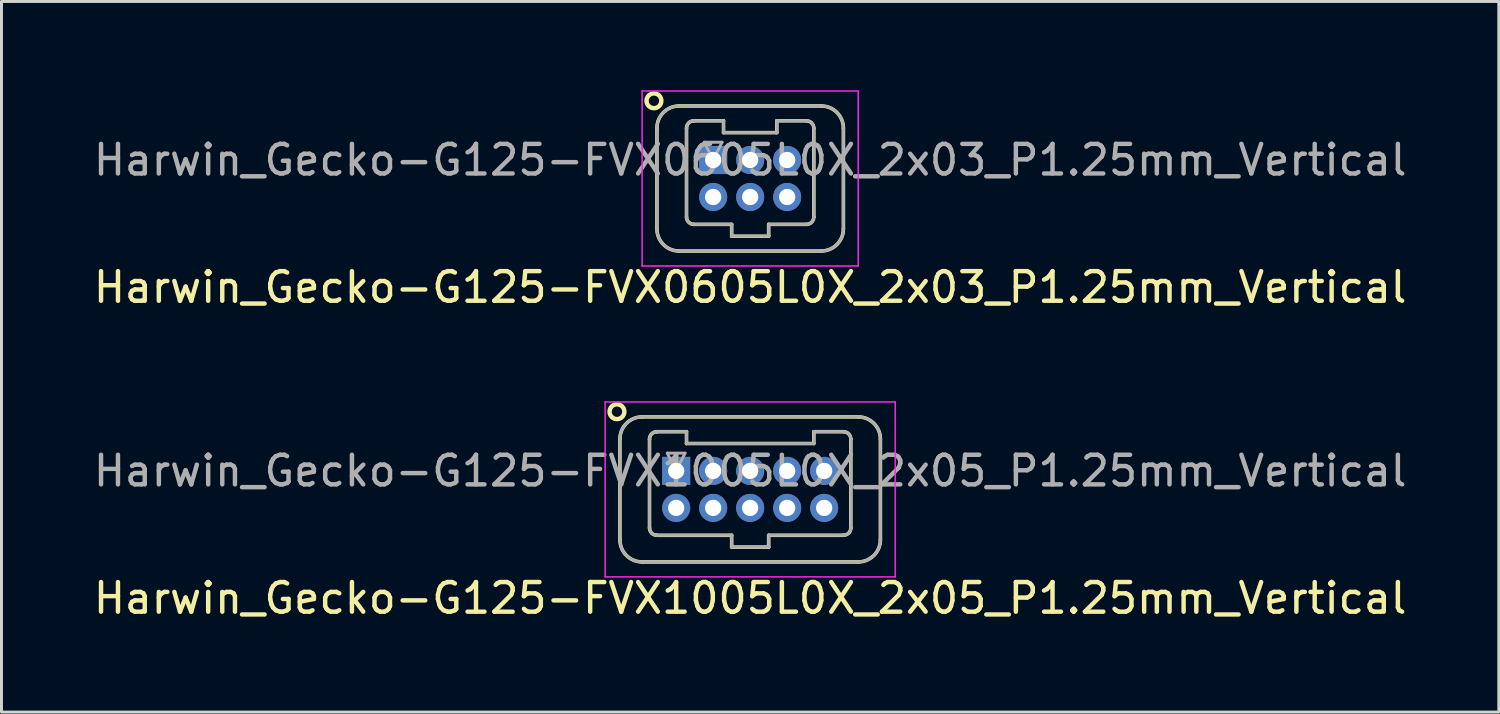
<source format=kicad_pcb>
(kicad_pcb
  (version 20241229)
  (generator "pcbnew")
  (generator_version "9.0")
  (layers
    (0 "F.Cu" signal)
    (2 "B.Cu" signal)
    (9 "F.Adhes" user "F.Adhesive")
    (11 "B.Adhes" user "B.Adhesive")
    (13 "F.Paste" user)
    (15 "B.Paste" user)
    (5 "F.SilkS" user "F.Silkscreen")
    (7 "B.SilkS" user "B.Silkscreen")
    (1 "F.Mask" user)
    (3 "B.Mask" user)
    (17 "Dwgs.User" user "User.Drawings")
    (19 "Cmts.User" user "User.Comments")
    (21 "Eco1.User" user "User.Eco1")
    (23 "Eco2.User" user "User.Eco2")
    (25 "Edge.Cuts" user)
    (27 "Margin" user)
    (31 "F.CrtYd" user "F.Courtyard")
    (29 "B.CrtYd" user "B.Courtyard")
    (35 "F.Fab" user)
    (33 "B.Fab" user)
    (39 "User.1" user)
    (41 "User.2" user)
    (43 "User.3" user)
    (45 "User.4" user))
  (footprint "Harwin_Gecko-G125-FVX1005L0X_2x05_P1.25mm_Vertical"
    (layer "F.Cu")
    (at 19.792 12.858)
    (property "Reference" "Harwin_Gecko-G125-FVX1005L0X_2x05_P1.25mm_Vertical" (at 2.5 4.3 0) (layer "F.SilkS") (effects (font (size 1 1) (thickness 0.15))))
    (attr through_hole)
    (fp_line (start -1.9 -1.075) (end -1.9 2.325) (stroke (width 0.12) (type solid)) (layer "F.SilkS"))
    (fp_line (start -1.15 -1.825) (end 6.15 -1.825) (stroke (width 0.12) (type solid)) (layer "F.SilkS"))
    (fp_line (start -1.15 3.075) (end 6.15 3.075) (stroke (width 0.12) (type solid)) (layer "F.SilkS"))
    (fp_line (start -0.9 -1.075) (end -0.9 1.925) (stroke (width 0.12) (type solid)) (layer "F.SilkS"))
    (fp_line (start -0.65 -1.325) (end 0.35 -1.325) (stroke (width 0.12) (type solid)) (layer "F.SilkS"))
    (fp_line (start -0.65 2.175) (end 1.875 2.175) (stroke (width 0.12) (type solid)) (layer "F.SilkS"))
    (fp_line (start 0.35 -1.325) (end 0.35 -0.925) (stroke (width 0.12) (type solid)) (layer "F.SilkS"))
    (fp_line (start 0.35 -0.925) (end 4.65 -0.925) (stroke (width 0.12) (type solid)) (layer "F.SilkS"))
    (fp_line (start 1.875 2.175) (end 1.875 2.575) (stroke (width 0.12) (type solid)) (layer "F.SilkS"))
    (fp_line (start 1.875 2.575) (end 3.125 2.575) (stroke (width 0.12) (type solid)) (layer "F.SilkS"))
    (fp_line (start 3.125 2.175) (end 5.65 2.175) (stroke (width 0.12) (type solid)) (layer "F.SilkS"))
    (fp_line (start 3.125 2.575) (end 3.125 2.175) (stroke (width 0.12) (type solid)) (layer "F.SilkS"))
    (fp_line (start 4.65 -1.325) (end 5.65 -1.325) (stroke (width 0.12) (type solid)) (layer "F.SilkS"))
    (fp_line (start 4.65 -0.925) (end 4.65 -1.325) (stroke (width 0.12) (type solid)) (layer "F.SilkS"))
    (fp_line (start 5.9 -1.075) (end 5.9 1.925) (stroke (width 0.12) (type solid)) (layer "F.SilkS"))
    (fp_line (start 6.9 -1.075) (end 6.9 2.325) (stroke (width 0.12) (type solid)) (layer "F.SilkS"))
    (fp_arc (start -1.9 -1.075) (mid -1.68033 -1.60533) (end -1.15 -1.825) (stroke (width 0.12) (type solid)) (layer "F.SilkS"))
    (fp_arc (start -1.15 3.075) (mid -1.68033 2.85533) (end -1.9 2.325) (stroke (width 0.12) (type solid)) (layer "F.SilkS"))
    (fp_arc (start -0.9 -1.075) (mid -0.826777 -1.251777) (end -0.65 -1.325) (stroke (width 0.12) (type solid)) (layer "F.SilkS"))
    (fp_arc (start -0.65 2.175) (mid -0.826777 2.101777) (end -0.9 1.925) (stroke (width 0.12) (type solid)) (layer "F.SilkS"))
    (fp_arc (start 5.65 -1.325) (mid 5.826777 -1.251777) (end 5.9 -1.075) (stroke (width 0.12) (type solid)) (layer "F.SilkS"))
    (fp_arc (start 5.9 1.925) (mid 5.826777 2.101777) (end 5.65 2.175) (stroke (width 0.12) (type solid)) (layer "F.SilkS"))
    (fp_arc (start 6.15 -1.825) (mid 6.68033 -1.60533) (end 6.9 -1.075) (stroke (width 0.12) (type solid)) (layer "F.SilkS"))
    (fp_arc (start 6.9 2.325) (mid 6.68033 2.85533) (end 6.15 3.075) (stroke (width 0.12) (type solid)) (layer "F.SilkS"))
    (fp_circle (center -2 -2) (end -1.75 -2) (stroke (width 0.15) (type solid)) (fill no) (layer "F.SilkS"))
    (fp_line (start -2.4 -2.33) (end -2.4 3.58) (stroke (width 0.05) (type solid)) (layer "F.CrtYd"))
    (fp_line (start -2.4 3.58) (end 7.4 3.58) (stroke (width 0.05) (type solid)) (layer "F.CrtYd"))
    (fp_line (start 7.4 -2.33) (end -2.4 -2.33) (stroke (width 0.05) (type solid)) (layer "F.CrtYd"))
    (fp_line (start 7.4 3.58) (end 7.4 -2.33) (stroke (width 0.05) (type solid)) (layer "F.CrtYd"))
    (fp_line (start -1.9 -1.075) (end -1.9 2.325) (stroke (width 0.1) (type solid)) (layer "F.Fab"))
    (fp_line (start -1.15 -1.825) (end 6.15 -1.825) (stroke (width 0.1) (type solid)) (layer "F.Fab"))
    (fp_line (start -1.15 3.075) (end 6.15 3.075) (stroke (width 0.1) (type solid)) (layer "F.Fab"))
    (fp_line (start -0.9 -1.075) (end -0.9 1.925) (stroke (width 0.1) (type solid)) (layer "F.Fab"))
    (fp_line (start -0.65 -1.325) (end 0.35 -1.325) (stroke (width 0.1) (type solid)) (layer "F.Fab"))
    (fp_line (start -0.65 2.175) (end 1.875 2.175) (stroke (width 0.1) (type solid)) (layer "F.Fab"))
    (fp_line (start -0.3 -0.6) (end 0.3 -0.6) (stroke (width 0.1) (type solid)) (layer "F.Fab"))
    (fp_line (start 0 0) (end -0.3 -0.6) (stroke (width 0.1) (type solid)) (layer "F.Fab"))
    (fp_line (start 0.3 -0.6) (end 0 0) (stroke (width 0.1) (type solid)) (layer "F.Fab"))
    (fp_line (start 0.35 -1.325) (end 0.35 -0.925) (stroke (width 0.1) (type solid)) (layer "F.Fab"))
    (fp_line (start 0.35 -0.925) (end 4.65 -0.925) (stroke (width 0.1) (type solid)) (layer "F.Fab"))
    (fp_line (start 1.875 2.175) (end 1.875 2.575) (stroke (width 0.1) (type solid)) (layer "F.Fab"))
    (fp_line (start 1.875 2.575) (end 3.125 2.575) (stroke (width 0.1) (type solid)) (layer "F.Fab"))
    (fp_line (start 3.125 2.175) (end 5.65 2.175) (stroke (width 0.1) (type solid)) (layer "F.Fab"))
    (fp_line (start 3.125 2.575) (end 3.125 2.175) (stroke (width 0.1) (type solid)) (layer "F.Fab"))
    (fp_line (start 4.65 -1.325) (end 5.65 -1.325) (stroke (width 0.1) (type solid)) (layer "F.Fab"))
    (fp_line (start 4.65 -0.925) (end 4.65 -1.325) (stroke (width 0.1) (type solid)) (layer "F.Fab"))
    (fp_line (start 5.9 -1.075) (end 5.9 1.925) (stroke (width 0.1) (type solid)) (layer "F.Fab"))
    (fp_line (start 6.9 -1.075) (end 6.9 2.325) (stroke (width 0.1) (type solid)) (layer "F.Fab"))
    (fp_arc (start -1.9 -1.075) (mid -1.68033 -1.60533) (end -1.15 -1.825) (stroke (width 0.1) (type solid)) (layer "F.Fab"))
    (fp_arc (start -1.15 3.075) (mid -1.68033 2.85533) (end -1.9 2.325) (stroke (width 0.1) (type solid)) (layer "F.Fab"))
    (fp_arc (start -0.9 -1.075) (mid -0.826777 -1.251777) (end -0.65 -1.325) (stroke (width 0.1) (type solid)) (layer "F.Fab"))
    (fp_arc (start -0.65 2.175) (mid -0.826777 2.101777) (end -0.9 1.925) (stroke (width 0.1) (type solid)) (layer "F.Fab"))
    (fp_arc (start 5.65 -1.325) (mid 5.826777 -1.251777) (end 5.9 -1.075) (stroke (width 0.1) (type solid)) (layer "F.Fab"))
    (fp_arc (start 5.9 1.925) (mid 5.826777 2.101777) (end 5.65 2.175) (stroke (width 0.1) (type solid)) (layer "F.Fab"))
    (fp_arc (start 6.15 -1.825) (mid 6.68033 -1.60533) (end 6.9 -1.075) (stroke (width 0.1) (type solid)) (layer "F.Fab"))
    (fp_arc (start 6.9 2.325) (mid 6.68033 2.85533) (end 6.15 3.075) (stroke (width 0.1) (type solid)) (layer "F.Fab"))
    (fp_text user "${REFERENCE}" (at 2.5 0 0) (layer "F.Fab") (effects (font (size 1 1) (thickness 0.15))))
    (pad "1" thru_hole rect (at 0 0) (size 0.95 0.95) (drill 0.55) (layers "*.Cu" "*.Mask"))
    (pad "2" thru_hole circle (at 0 1.25) (size 0.95 0.95) (drill 0.55) (layers "*.Cu" "*.Mask"))
    (pad "3" thru_hole circle (at 1.25 0) (size 0.95 0.95) (drill 0.55) (layers "*.Cu" "*.Mask"))
    (pad "4" thru_hole circle (at 1.25 1.25) (size 0.95 0.95) (drill 0.55) (layers "*.Cu" "*.Mask"))
    (pad "5" thru_hole circle (at 2.5 0) (size 0.95 0.95) (drill 0.55) (layers "*.Cu" "*.Mask"))
    (pad "6" thru_hole circle (at 2.5 1.25) (size 0.95 0.95) (drill 0.55) (layers "*.Cu" "*.Mask"))
    (pad "7" thru_hole circle (at 3.75 0) (size 0.95 0.95) (drill 0.55) (layers "*.Cu" "*.Mask"))
    (pad "8" thru_hole circle (at 3.75 1.25) (size 0.95 0.95) (drill 0.55) (layers "*.Cu" "*.Mask"))
    (pad "9" thru_hole circle (at 5 0) (size 0.95 0.95) (drill 0.55) (layers "*.Cu" "*.Mask"))
    (pad "10" thru_hole circle (at 5 1.25) (size 0.95 0.95) (drill 0.55) (layers "*.Cu" "*.Mask")))
  (footprint "Harwin_Gecko-G125-FVX0605L0X_2x03_P1.25mm_Vertical"
    (layer "F.Cu")
    (at 21.042 2.355)
    (property "Reference" "Harwin_Gecko-G125-FVX0605L0X_2x03_P1.25mm_Vertical" (at 1.25 4.3 0) (layer "F.SilkS") (effects (font (size 1 1) (thickness 0.15))))
    (attr through_hole)
    (fp_line (start -1.9 -1.075) (end -1.9 2.325) (stroke (width 0.12) (type solid)) (layer "F.SilkS"))
    (fp_line (start -1.15 -1.825) (end 3.65 -1.825) (stroke (width 0.12) (type solid)) (layer "F.SilkS"))
    (fp_line (start -1.15 3.075) (end 3.65 3.075) (stroke (width 0.12) (type solid)) (layer "F.SilkS"))
    (fp_line (start -0.9 -1.075) (end -0.9 1.925) (stroke (width 0.12) (type solid)) (layer "F.SilkS"))
    (fp_line (start -0.65 -1.325) (end 0.35 -1.325) (stroke (width 0.12) (type solid)) (layer "F.SilkS"))
    (fp_line (start -0.65 2.175) (end 0.625 2.175) (stroke (width 0.12) (type solid)) (layer "F.SilkS"))
    (fp_line (start 0.35 -1.325) (end 0.35 -0.925) (stroke (width 0.12) (type solid)) (layer "F.SilkS"))
    (fp_line (start 0.35 -0.925) (end 2.15 -0.925) (stroke (width 0.12) (type solid)) (layer "F.SilkS"))
    (fp_line (start 0.625 2.175) (end 0.625 2.575) (stroke (width 0.12) (type solid)) (layer "F.SilkS"))
    (fp_line (start 0.625 2.575) (end 1.875 2.575) (stroke (width 0.12) (type solid)) (layer "F.SilkS"))
    (fp_line (start 1.875 2.175) (end 3.15 2.175) (stroke (width 0.12) (type solid)) (layer "F.SilkS"))
    (fp_line (start 1.875 2.575) (end 1.875 2.175) (stroke (width 0.12) (type solid)) (layer "F.SilkS"))
    (fp_line (start 2.15 -1.325) (end 3.15 -1.325) (stroke (width 0.12) (type solid)) (layer "F.SilkS"))
    (fp_line (start 2.15 -0.925) (end 2.15 -1.325) (stroke (width 0.12) (type solid)) (layer "F.SilkS"))
    (fp_line (start 3.4 -1.075) (end 3.4 1.925) (stroke (width 0.12) (type solid)) (layer "F.SilkS"))
    (fp_line (start 4.4 -1.075) (end 4.4 2.325) (stroke (width 0.12) (type solid)) (layer "F.SilkS"))
    (fp_arc (start -1.9 -1.075) (mid -1.68033 -1.60533) (end -1.15 -1.825) (stroke (width 0.12) (type solid)) (layer "F.SilkS"))
    (fp_arc (start -1.15 3.075) (mid -1.68033 2.85533) (end -1.9 2.325) (stroke (width 0.12) (type solid)) (layer "F.SilkS"))
    (fp_arc (start -0.9 -1.075) (mid -0.826777 -1.251777) (end -0.65 -1.325) (stroke (width 0.12) (type solid)) (layer "F.SilkS"))
    (fp_arc (start -0.65 2.175) (mid -0.826777 2.101777) (end -0.9 1.925) (stroke (width 0.12) (type solid)) (layer "F.SilkS"))
    (fp_arc (start 3.15 -1.325) (mid 3.326777 -1.251777) (end 3.4 -1.075) (stroke (width 0.12) (type solid)) (layer "F.SilkS"))
    (fp_arc (start 3.4 1.925) (mid 3.326777 2.101777) (end 3.15 2.175) (stroke (width 0.12) (type solid)) (layer "F.SilkS"))
    (fp_arc (start 3.65 -1.825) (mid 4.18033 -1.60533) (end 4.4 -1.075) (stroke (width 0.12) (type solid)) (layer "F.SilkS"))
    (fp_arc (start 4.4 2.325) (mid 4.18033 2.85533) (end 3.65 3.075) (stroke (width 0.12) (type solid)) (layer "F.SilkS"))
    (fp_circle (center -2 -2) (end -1.75 -2) (stroke (width 0.15) (type solid)) (fill no) (layer "F.SilkS"))
    (fp_line (start -2.4 -2.33) (end -2.4 3.58) (stroke (width 0.05) (type solid)) (layer "F.CrtYd"))
    (fp_line (start -2.4 3.58) (end 4.9 3.58) (stroke (width 0.05) (type solid)) (layer "F.CrtYd"))
    (fp_line (start 4.9 -2.33) (end -2.4 -2.33) (stroke (width 0.05) (type solid)) (layer "F.CrtYd"))
    (fp_line (start 4.9 3.58) (end 4.9 -2.33) (stroke (width 0.05) (type solid)) (layer "F.CrtYd"))
    (fp_line (start -1.9 -1.075) (end -1.9 2.325) (stroke (width 0.1) (type solid)) (layer "F.Fab"))
    (fp_line (start -1.15 -1.825) (end 3.65 -1.825) (stroke (width 0.1) (type solid)) (layer "F.Fab"))
    (fp_line (start -1.15 3.075) (end 3.65 3.075) (stroke (width 0.1) (type solid)) (layer "F.Fab"))
    (fp_line (start -0.9 -1.075) (end -0.9 1.925) (stroke (width 0.1) (type solid)) (layer "F.Fab"))
    (fp_line (start -0.65 -1.325) (end 0.35 -1.325) (stroke (width 0.1) (type solid)) (layer "F.Fab"))
    (fp_line (start -0.65 2.175) (end 0.625 2.175) (stroke (width 0.1) (type solid)) (layer "F.Fab"))
    (fp_line (start -0.3 -0.6) (end 0.3 -0.6) (stroke (width 0.1) (type solid)) (layer "F.Fab"))
    (fp_line (start 0 0) (end -0.3 -0.6) (stroke (width 0.1) (type solid)) (layer "F.Fab"))
    (fp_line (start 0.3 -0.6) (end 0 0) (stroke (width 0.1) (type solid)) (layer "F.Fab"))
    (fp_line (start 0.35 -1.325) (end 0.35 -0.925) (stroke (width 0.1) (type solid)) (layer "F.Fab"))
    (fp_line (start 0.35 -0.925) (end 2.15 -0.925) (stroke (width 0.1) (type solid)) (layer "F.Fab"))
    (fp_line (start 0.625 2.175) (end 0.625 2.575) (stroke (width 0.1) (type solid)) (layer "F.Fab"))
    (fp_line (start 0.625 2.575) (end 1.875 2.575) (stroke (width 0.1) (type solid)) (layer "F.Fab"))
    (fp_line (start 1.875 2.175) (end 3.15 2.175) (stroke (width 0.1) (type solid)) (layer "F.Fab"))
    (fp_line (start 1.875 2.575) (end 1.875 2.175) (stroke (width 0.1) (type solid)) (layer "F.Fab"))
    (fp_line (start 2.15 -1.325) (end 3.15 -1.325) (stroke (width 0.1) (type solid)) (layer "F.Fab"))
    (fp_line (start 2.15 -0.925) (end 2.15 -1.325) (stroke (width 0.1) (type solid)) (layer "F.Fab"))
    (fp_line (start 3.4 -1.075) (end 3.4 1.925) (stroke (width 0.1) (type solid)) (layer "F.Fab"))
    (fp_line (start 4.4 -1.075) (end 4.4 2.325) (stroke (width 0.1) (type solid)) (layer "F.Fab"))
    (fp_arc (start -1.9 -1.075) (mid -1.68033 -1.60533) (end -1.15 -1.825) (stroke (width 0.1) (type solid)) (layer "F.Fab"))
    (fp_arc (start -1.15 3.075) (mid -1.68033 2.85533) (end -1.9 2.325) (stroke (width 0.1) (type solid)) (layer "F.Fab"))
    (fp_arc (start -0.9 -1.075) (mid -0.826777 -1.251777) (end -0.65 -1.325) (stroke (width 0.1) (type solid)) (layer "F.Fab"))
    (fp_arc (start -0.65 2.175) (mid -0.826777 2.101777) (end -0.9 1.925) (stroke (width 0.1) (type solid)) (layer "F.Fab"))
    (fp_arc (start 3.15 -1.325) (mid 3.326777 -1.251777) (end 3.4 -1.075) (stroke (width 0.1) (type solid)) (layer "F.Fab"))
    (fp_arc (start 3.4 1.925) (mid 3.326777 2.101777) (end 3.15 2.175) (stroke (width 0.1) (type solid)) (layer "F.Fab"))
    (fp_arc (start 3.65 -1.825) (mid 4.18033 -1.60533) (end 4.4 -1.075) (stroke (width 0.1) (type solid)) (layer "F.Fab"))
    (fp_arc (start 4.4 2.325) (mid 4.18033 2.85533) (end 3.65 3.075) (stroke (width 0.1) (type solid)) (layer "F.Fab"))
    (fp_text user "${REFERENCE}" (at 1.25 0 0) (layer "F.Fab") (effects (font (size 1 1) (thickness 0.15))))
    (pad "1" thru_hole rect (at 0 0) (size 0.95 0.95) (drill 0.55) (layers "*.Cu" "*.Mask"))
    (pad "2" thru_hole circle (at 0 1.25) (size 0.95 0.95) (drill 0.55) (layers "*.Cu" "*.Mask"))
    (pad "3" thru_hole circle (at 1.25 0) (size 0.95 0.95) (drill 0.55) (layers "*.Cu" "*.Mask"))
    (pad "4" thru_hole circle (at 1.25 1.25) (size 0.95 0.95) (drill 0.55) (layers "*.Cu" "*.Mask"))
    (pad "5" thru_hole circle (at 2.5 0) (size 0.95 0.95) (drill 0.55) (layers "*.Cu" "*.Mask"))
    (pad "6" thru_hole circle (at 2.5 1.25) (size 0.95 0.95) (drill 0.55) (layers "*.Cu" "*.Mask")))
  (gr_rect
    (start -3 -3)
    (end 47.583 21.006)
    (stroke (width 0.1) (type default))
    (fill no)
    (layer "Edge.Cuts")))
</source>
